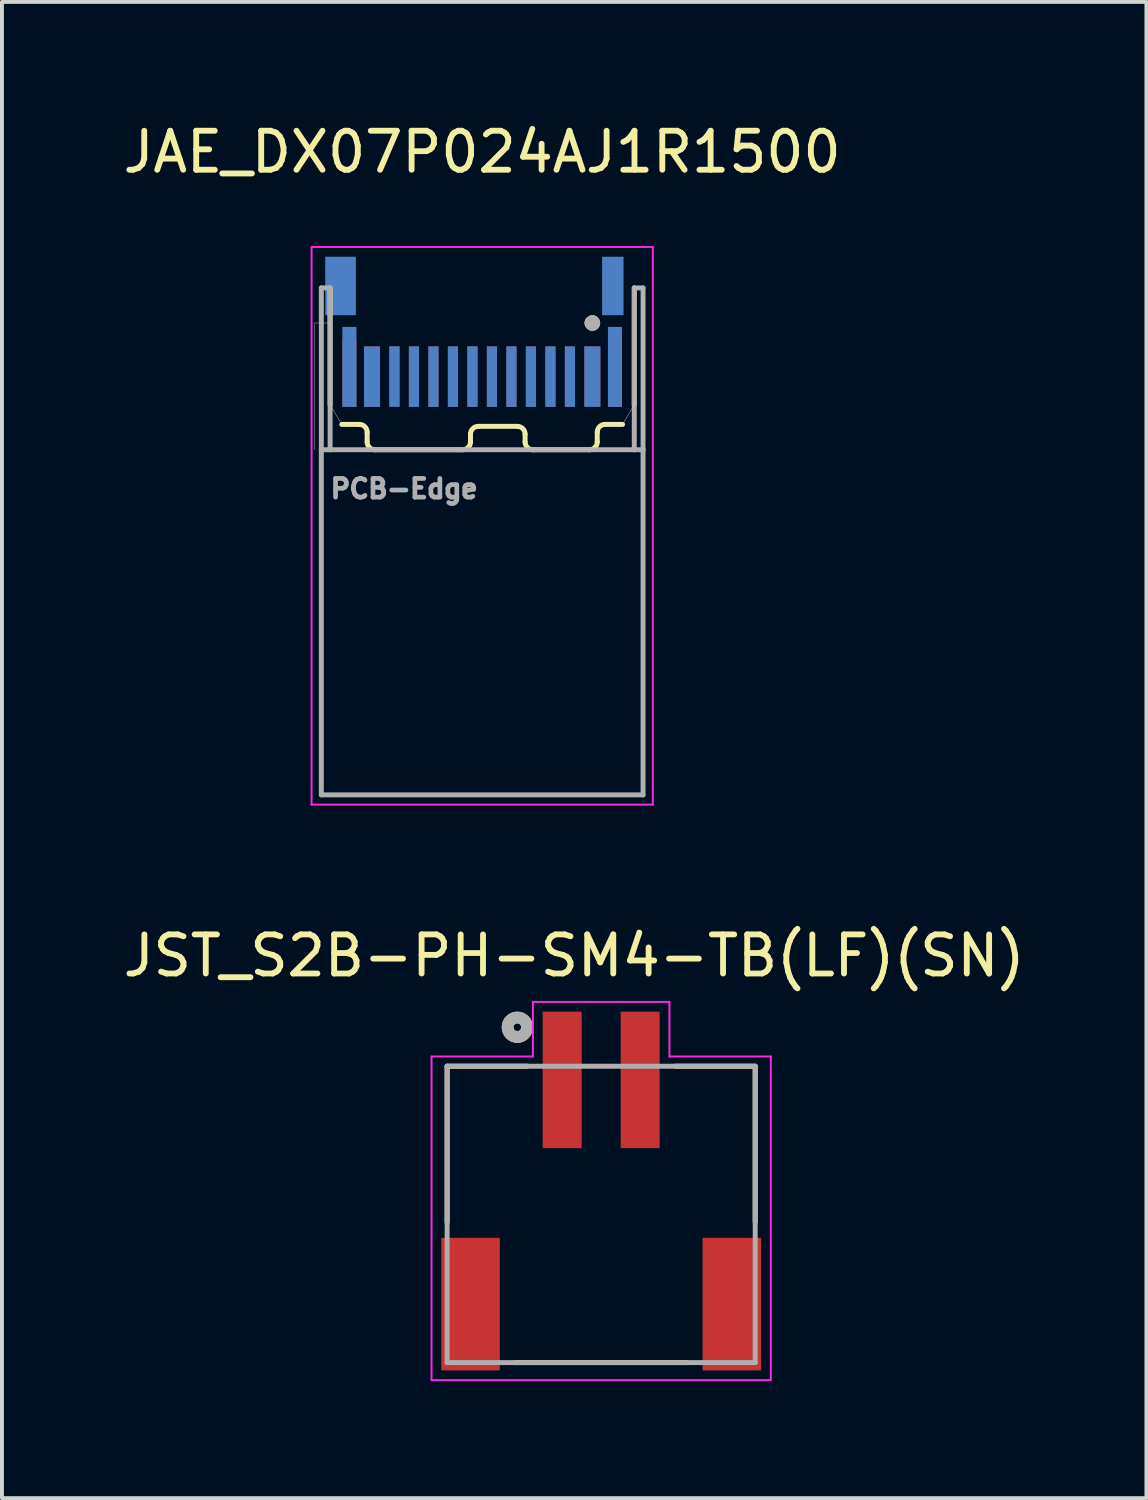
<source format=kicad_pcb>
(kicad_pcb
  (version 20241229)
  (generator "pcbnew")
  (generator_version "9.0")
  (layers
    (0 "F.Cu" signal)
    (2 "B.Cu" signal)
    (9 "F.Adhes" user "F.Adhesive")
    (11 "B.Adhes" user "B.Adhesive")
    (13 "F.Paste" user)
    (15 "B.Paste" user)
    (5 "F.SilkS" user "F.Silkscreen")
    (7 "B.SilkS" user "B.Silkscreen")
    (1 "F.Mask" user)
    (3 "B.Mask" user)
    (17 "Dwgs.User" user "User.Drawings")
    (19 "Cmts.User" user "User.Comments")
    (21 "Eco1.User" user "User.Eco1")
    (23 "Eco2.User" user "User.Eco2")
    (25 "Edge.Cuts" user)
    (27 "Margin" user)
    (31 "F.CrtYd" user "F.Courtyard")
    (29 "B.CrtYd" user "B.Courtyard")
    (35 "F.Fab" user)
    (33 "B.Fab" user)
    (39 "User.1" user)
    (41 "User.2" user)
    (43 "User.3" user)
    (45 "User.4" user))
  (footprint "JAE_DX07P024AJ1R1500"
    (layer "F.Cu")
    (at 9.315 8.483)
    (property "Reference" "JAE_DX07P024AJ1R1500" (at 0 -7.635 0) (layer "F.SilkS") (effects (font (size 1 1) (thickness 0.15))))
    (attr through_hole)
    (fp_line (start -3.9 -1.15) (end -3.9 -4.15) (stroke (width 0.127) (type solid)) (layer "F.SilkS"))
    (fp_line (start -3.6 -0.65) (end -3.15 -0.65) (stroke (width 0.127) (type solid)) (layer "F.SilkS"))
    (fp_line (start -2.95 -0.45) (end -2.95 -0.2) (stroke (width 0.127) (type solid)) (layer "F.SilkS"))
    (fp_line (start -2.75 0) (end -0.5 0) (stroke (width 0.127) (type solid)) (layer "F.SilkS"))
    (fp_line (start -0.3 -0.2) (end -0.3 -0.4) (stroke (width 0.127) (type solid)) (layer "F.SilkS"))
    (fp_line (start -0.1 -0.6) (end 0.9 -0.6) (stroke (width 0.127) (type solid)) (layer "F.SilkS"))
    (fp_line (start 1.1 -0.4) (end 1.1 -0.2) (stroke (width 0.127) (type solid)) (layer "F.SilkS"))
    (fp_line (start 1.3 0) (end 2.75 0) (stroke (width 0.127) (type solid)) (layer "F.SilkS"))
    (fp_line (start 2.95 -0.2) (end 2.95 -0.45) (stroke (width 0.127) (type solid)) (layer "F.SilkS"))
    (fp_line (start 3.15 -0.65) (end 3.6 -0.65) (stroke (width 0.127) (type solid)) (layer "F.SilkS"))
    (fp_line (start 3.9 -1.15) (end 3.9 -4.15) (stroke (width 0.127) (type solid)) (layer "F.SilkS"))
    (fp_arc (start -3.15 -0.65) (mid -3.008579 -0.591421) (end -2.95 -0.45) (stroke (width 0.127) (type solid)) (layer "F.SilkS"))
    (fp_arc (start -2.75 0) (mid -2.891421 -0.058579) (end -2.95 -0.2) (stroke (width 0.127) (type solid)) (layer "F.SilkS"))
    (fp_arc (start -0.3 -0.4) (mid -0.241421 -0.541421) (end -0.1 -0.6) (stroke (width 0.127) (type solid)) (layer "F.SilkS"))
    (fp_arc (start -0.3 -0.2) (mid -0.358579 -0.058579) (end -0.5 0) (stroke (width 0.127) (type solid)) (layer "F.SilkS"))
    (fp_arc (start 0.9 -0.6) (mid 1.041421 -0.541421) (end 1.1 -0.4) (stroke (width 0.127) (type solid)) (layer "F.SilkS"))
    (fp_arc (start 1.3 0) (mid 1.158579 -0.058579) (end 1.1 -0.2) (stroke (width 0.127) (type solid)) (layer "F.SilkS"))
    (fp_arc (start 2.95 -0.45) (mid 3.008579 -0.591421) (end 3.15 -0.65) (stroke (width 0.127) (type solid)) (layer "F.SilkS"))
    (fp_arc (start 2.95 -0.2) (mid 2.891421 -0.058579) (end 2.75 0) (stroke (width 0.127) (type solid)) (layer "F.SilkS"))
    (fp_circle (center 2.825 -3.25) (end 2.925 -3.25) (stroke (width 0.2) (type solid)) (fill no) (layer "F.SilkS"))
    (fp_line (start -4.3 -3.25) (end -4.3 0) (stroke (width 0.01) (type solid)) (layer "Edge.Cuts"))
    (fp_line (start -3.9 -3.25) (end -4.3 -3.25) (stroke (width 0.01) (type solid)) (layer "Edge.Cuts"))
    (fp_line (start -3.9 -1.15) (end -3.9 -3.25) (stroke (width 0.01) (type solid)) (layer "Edge.Cuts"))
    (fp_line (start -3.6 -0.65) (end -3.9 -1.15) (stroke (width 0.01) (type solid)) (layer "Edge.Cuts"))
    (fp_line (start -3.15 -0.65) (end -3.6 -0.65) (stroke (width 0.01) (type solid)) (layer "Edge.Cuts"))
    (fp_line (start -2.95 -0.2) (end -2.95 -0.45) (stroke (width 0.01) (type solid)) (layer "Edge.Cuts"))
    (fp_line (start -0.5 0) (end -2.75 0) (stroke (width 0.01) (type solid)) (layer "Edge.Cuts"))
    (fp_line (start -0.3 -0.4) (end -0.3 -0.2) (stroke (width 0.01) (type solid)) (layer "Edge.Cuts"))
    (fp_line (start 0.9 -0.6) (end -0.1 -0.6) (stroke (width 0.01) (type solid)) (layer "Edge.Cuts"))
    (fp_line (start 1.1 -0.2) (end 1.1 -0.4) (stroke (width 0.01) (type solid)) (layer "Edge.Cuts"))
    (fp_line (start 2.75 0) (end 1.3 0) (stroke (width 0.01) (type solid)) (layer "Edge.Cuts"))
    (fp_line (start 2.95 -0.45) (end 2.95 -0.2) (stroke (width 0.01) (type solid)) (layer "Edge.Cuts"))
    (fp_line (start 3.6 -0.65) (end 3.15 -0.65) (stroke (width 0.01) (type solid)) (layer "Edge.Cuts"))
    (fp_line (start 3.6 -0.65) (end 3.9 -1.15) (stroke (width 0.01) (type solid)) (layer "Edge.Cuts"))
    (fp_line (start 3.9 -4.15) (end 4.125 -4.15) (stroke (width 0.01) (type solid)) (layer "Edge.Cuts"))
    (fp_line (start 3.9 -1.15) (end 3.9 -4.15) (stroke (width 0.01) (type solid)) (layer "Edge.Cuts"))
    (fp_line (start 4.125 -4.15) (end 4.125 0) (stroke (width 0.01) (type solid)) (layer "Edge.Cuts"))
    (fp_arc (start -3.15 -0.65) (mid -3.008579 -0.591421) (end -2.95 -0.45) (stroke (width 0.01) (type solid)) (layer "Edge.Cuts"))
    (fp_arc (start -2.75 0) (mid -2.891421 -0.058579) (end -2.95 -0.2) (stroke (width 0.01) (type solid)) (layer "Edge.Cuts"))
    (fp_arc (start -0.3 -0.4) (mid -0.241421 -0.541421) (end -0.1 -0.6) (stroke (width 0.01) (type solid)) (layer "Edge.Cuts"))
    (fp_arc (start -0.3 -0.2) (mid -0.358579 -0.058579) (end -0.5 0) (stroke (width 0.01) (type solid)) (layer "Edge.Cuts"))
    (fp_arc (start 0.9 -0.6) (mid 1.041421 -0.541421) (end 1.1 -0.4) (stroke (width 0.01) (type solid)) (layer "Edge.Cuts"))
    (fp_arc (start 1.3 0) (mid 1.158579 -0.058579) (end 1.1 -0.2) (stroke (width 0.01) (type solid)) (layer "Edge.Cuts"))
    (fp_arc (start 2.95 -0.45) (mid 3.008579 -0.591421) (end 3.15 -0.65) (stroke (width 0.01) (type solid)) (layer "Edge.Cuts"))
    (fp_arc (start 2.95 -0.2) (mid 2.891421 -0.058579) (end 2.75 0) (stroke (width 0.01) (type solid)) (layer "Edge.Cuts"))
    (fp_line (start -4.375 -5.2) (end 4.375 -5.2) (stroke (width 0.05) (type solid)) (layer "F.CrtYd"))
    (fp_line (start -4.375 9.1) (end -4.375 -5.2) (stroke (width 0.05) (type solid)) (layer "F.CrtYd"))
    (fp_line (start 4.375 -5.2) (end 4.375 9.1) (stroke (width 0.05) (type solid)) (layer "F.CrtYd"))
    (fp_line (start 4.375 9.1) (end -4.375 9.1) (stroke (width 0.05) (type solid)) (layer "F.CrtYd"))
    (fp_line (start -4.125 -4.15) (end -3.9 -4.15) (stroke (width 0.127) (type solid)) (layer "F.Fab"))
    (fp_line (start -4.125 0) (end -4.125 -4.15) (stroke (width 0.127) (type solid)) (layer "F.Fab"))
    (fp_line (start -4.125 8.85) (end -4.125 0) (stroke (width 0.127) (type solid)) (layer "F.Fab"))
    (fp_line (start -3.9 0) (end -4.125 0) (stroke (width 0.127) (type solid)) (layer "F.Fab"))
    (fp_line (start -3.9 0) (end -3.9 -4.15) (stroke (width 0.127) (type solid)) (layer "F.Fab"))
    (fp_line (start 3.9 -4.15) (end 3.9 0) (stroke (width 0.127) (type solid)) (layer "F.Fab"))
    (fp_line (start 3.9 0) (end -3.9 0) (stroke (width 0.127) (type solid)) (layer "F.Fab"))
    (fp_line (start 3.9 0) (end 4.125 0) (stroke (width 0.127) (type solid)) (layer "F.Fab"))
    (fp_line (start 4.125 -4.15) (end 3.9 -4.15) (stroke (width 0.127) (type solid)) (layer "F.Fab"))
    (fp_line (start 4.125 -4.15) (end 4.125 0) (stroke (width 0.127) (type solid)) (layer "F.Fab"))
    (fp_line (start 4.125 0) (end 4.125 8.85) (stroke (width 0.127) (type solid)) (layer "F.Fab"))
    (fp_line (start 4.125 8.85) (end -4.125 8.85) (stroke (width 0.127) (type solid)) (layer "F.Fab"))
    (fp_circle (center 2.825 -3.25) (end 2.925 -3.25) (stroke (width 0.2) (type solid)) (fill no) (layer "F.Fab"))
    (fp_text user "PCB-Edge" (at -2 1 0) (layer "F.Fab") (effects (font (size 0.48 0.48) (thickness 0.15))))
    (pad "A1" smd rect (at 2.825 -1.875) (size 0.41 1.55) (layers "F.Cu" "F.Mask" "F.Paste"))
    (pad "A2" smd rect (at 2.25 -1.875) (size 0.26 1.55) (layers "F.Cu" "F.Mask" "F.Paste"))
    (pad "A3" smd rect (at 1.75 -1.875) (size 0.26 1.55) (layers "F.Cu" "F.Mask" "F.Paste"))
    (pad "A4" smd rect (at 1.25 -1.875) (size 0.26 1.55) (layers "F.Cu" "F.Mask" "F.Paste"))
    (pad "A5" smd rect (at 0.75 -1.875) (size 0.26 1.55) (layers "F.Cu" "F.Mask" "F.Paste"))
    (pad "A6" smd rect (at 0.25 -1.875) (size 0.26 1.55) (layers "F.Cu" "F.Mask" "F.Paste"))
    (pad "A7" smd rect (at -0.25 -1.875) (size 0.26 1.55) (layers "F.Cu" "F.Mask" "F.Paste"))
    (pad "A8" smd rect (at -0.75 -1.875) (size 0.26 1.55) (layers "F.Cu" "F.Mask" "F.Paste"))
    (pad "A9" smd rect (at -1.25 -1.875) (size 0.26 1.55) (layers "F.Cu" "F.Mask" "F.Paste"))
    (pad "A10" smd rect (at -1.75 -1.875) (size 0.26 1.55) (layers "F.Cu" "F.Mask" "F.Paste"))
    (pad "A11" smd rect (at -2.25 -1.875) (size 0.26 1.55) (layers "F.Cu" "F.Mask" "F.Paste"))
    (pad "A12" smd rect (at -2.825 -1.875) (size 0.41 1.55) (layers "F.Cu" "F.Mask" "F.Paste"))
    (pad "B1" smd rect (at -2.825 -1.875) (size 0.41 1.55) (layers "B.Cu" "B.Mask" "B.Paste"))
    (pad "B2" smd rect (at -2.25 -1.875) (size 0.26 1.55) (layers "B.Cu" "B.Mask" "B.Paste"))
    (pad "B3" smd rect (at -1.75 -1.875) (size 0.26 1.55) (layers "B.Cu" "B.Mask" "B.Paste"))
    (pad "B4" smd rect (at -1.25 -1.875) (size 0.26 1.55) (layers "B.Cu" "B.Mask" "B.Paste"))
    (pad "B5" smd rect (at -0.75 -1.875) (size 0.26 1.55) (layers "B.Cu" "B.Mask" "B.Paste"))
    (pad "B6" smd rect (at -0.25 -1.875) (size 0.26 1.55) (layers "B.Cu" "B.Mask" "B.Paste"))
    (pad "B7" smd rect (at 0.25 -1.875) (size 0.26 1.55) (layers "B.Cu" "B.Mask" "B.Paste"))
    (pad "B8" smd rect (at 0.75 -1.875) (size 0.26 1.55) (layers "B.Cu" "B.Mask" "B.Paste"))
    (pad "B9" smd rect (at 1.25 -1.875) (size 0.26 1.55) (layers "B.Cu" "B.Mask" "B.Paste"))
    (pad "B10" smd rect (at 1.75 -1.875) (size 0.26 1.55) (layers "B.Cu" "B.Mask" "B.Paste"))
    (pad "B11" smd rect (at 2.25 -1.875) (size 0.26 1.55) (layers "B.Cu" "B.Mask" "B.Paste"))
    (pad "B12" smd rect (at 2.825 -1.875) (size 0.41 1.55) (layers "B.Cu" "B.Mask" "B.Paste"))
    (pad "S1" smd rect (at -3.405 -1.975) (size 0.36 1.75) (layers "F.Cu" "F.Mask" "F.Paste"))
    (pad "S2" smd rect (at 3.405 -1.975) (size 0.36 1.75) (layers "F.Cu" "F.Mask" "F.Paste"))
    (pad "S3" smd rect (at -3.405 -2.125) (size 0.36 2.05) (layers "B.Cu" "B.Mask" "B.Paste"))
    (pad "S4" smd rect (at 3.405 -2.125) (size 0.36 2.05) (layers "B.Cu" "B.Mask" "B.Paste"))
    (pad "S5" smd rect (at -3.632 -4.2) (size 0.785 1.5) (layers "B.Cu" "B.Mask" "B.Paste"))
    (pad "S6" smd rect (at 3.35 -4.2) (size 0.55 1.5) (layers "B.Cu" "B.Mask" "B.Paste")))
  (footprint "JST_S2B-PH-SM4-TB(LF)(SN)"
    (layer "F.Cu")
    (at 12.366 24.642)
    (property "Reference" "JST_S2B-PH-SM4-TB(LF)(SN)" (at -0.692 -3.184 0) (layer "F.SilkS") (effects (font (size 1.002 1.002) (thickness 0.15))))
    (attr through_hole)
    (fp_line (start -3.95 -0.35) (end -3.95 3.65) (stroke (width 0.127) (type solid)) (layer "F.SilkS"))
    (fp_line (start -2.2 7.25) (end 2.2 7.25) (stroke (width 0.127) (type solid)) (layer "F.SilkS"))
    (fp_line (start -1.9 -0.35) (end -3.95 -0.35) (stroke (width 0.127) (type solid)) (layer "F.SilkS"))
    (fp_line (start 3.95 -0.35) (end 1.9 -0.35) (stroke (width 0.127) (type solid)) (layer "F.SilkS"))
    (fp_line (start 3.95 3.65) (end 3.95 -0.35) (stroke (width 0.127) (type solid)) (layer "F.SilkS"))
    (fp_circle (center -2.15 -1.35) (end -2.05 -1.35) (stroke (width 0.3) (type solid)) (fill no) (layer "F.SilkS"))
    (fp_line (start -4.35 -0.6) (end -1.75 -0.6) (stroke (width 0.05) (type solid)) (layer "F.CrtYd"))
    (fp_line (start -4.35 7.7) (end -4.35 -0.6) (stroke (width 0.05) (type solid)) (layer "F.CrtYd"))
    (fp_line (start -1.75 -2) (end 1.75 -2) (stroke (width 0.05) (type solid)) (layer "F.CrtYd"))
    (fp_line (start -1.75 -0.6) (end -1.75 -2) (stroke (width 0.05) (type solid)) (layer "F.CrtYd"))
    (fp_line (start 1.75 -2) (end 1.75 -0.6) (stroke (width 0.05) (type solid)) (layer "F.CrtYd"))
    (fp_line (start 1.75 -0.6) (end 4.35 -0.6) (stroke (width 0.05) (type solid)) (layer "F.CrtYd"))
    (fp_line (start 4.35 -0.6) (end 4.35 7.7) (stroke (width 0.05) (type solid)) (layer "F.CrtYd"))
    (fp_line (start 4.35 7.7) (end -4.35 7.7) (stroke (width 0.05) (type solid)) (layer "F.CrtYd"))
    (fp_line (start -3.95 -0.35) (end 3.95 -0.35) (stroke (width 0.127) (type solid)) (layer "F.Fab"))
    (fp_line (start -3.95 7.25) (end -3.95 -0.35) (stroke (width 0.127) (type solid)) (layer "F.Fab"))
    (fp_line (start 3.95 -0.35) (end 3.95 7.25) (stroke (width 0.127) (type solid)) (layer "F.Fab"))
    (fp_line (start 3.95 7.25) (end -3.95 7.25) (stroke (width 0.127) (type solid)) (layer "F.Fab"))
    (fp_circle (center -2.15 -1.35) (end -2.05 -1.35) (stroke (width 0.3) (type solid)) (fill no) (layer "F.Fab"))
    (pad "1" smd rect (at -1 0 180) (size 1 3.5) (layers "F.Cu" "F.Mask" "F.Paste"))
    (pad "2" smd rect (at 1 0 180) (size 1 3.5) (layers "F.Cu" "F.Mask" "F.Paste"))
    (pad "S1" smd rect (at -3.35 5.75 180) (size 1.5 3.4) (layers "F.Cu" "F.Mask" "F.Paste"))
    (pad "S2" smd rect (at 3.35 5.75 180) (size 1.5 3.4) (layers "F.Cu" "F.Mask" "F.Paste")))
  (gr_rect
    (start -3 -3)
    (end 26.348 35.367)
    (stroke (width 0.1) (type default))
    (fill no)
    (layer "Edge.Cuts")))
</source>
